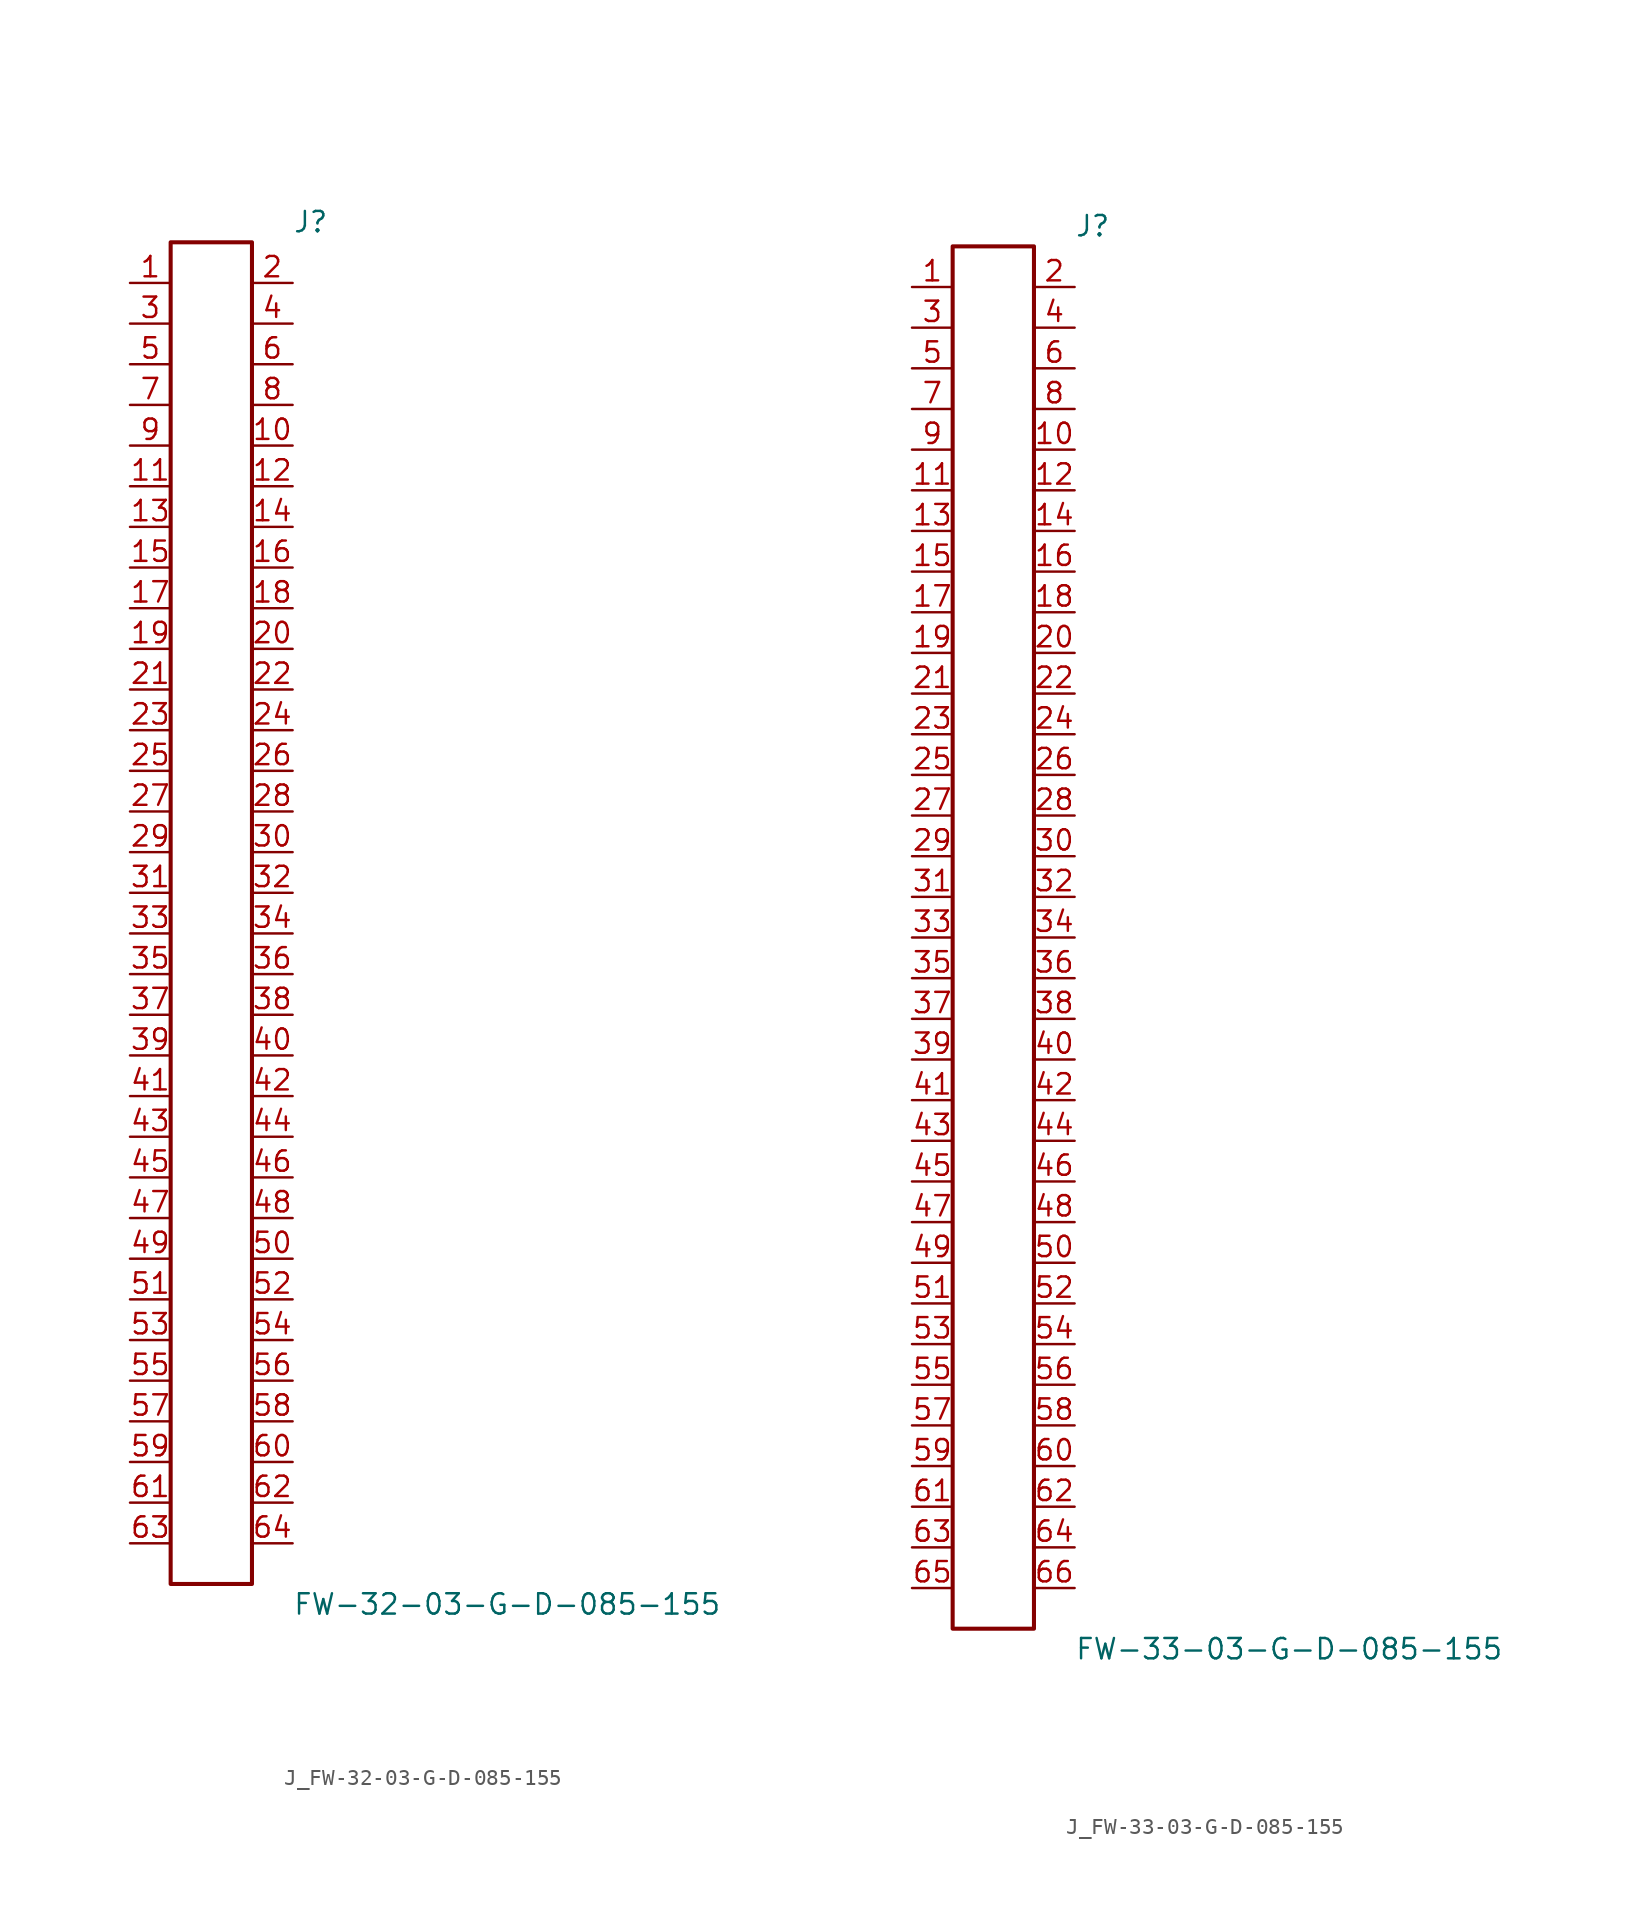
<source format=kicad_sym>
(kicad_symbol_lib
  (version 20231120)
  (generator kicad_symbol_editor)
  (generator_version 8.0)
  (symbol "J_FW-32-03-G-D-085-155"
    (pin_names
      (offset 0.254))
    (property "Reference" "J"
      (at 5.08 43.18 0)
      (effects (font (size 1.27 1.27)) (justify left)))
    (property "Value" "FW-32-03-G-D-085-155"
      (at 5.08 -43.18 0)
      (effects (font (size 1.27 1.27)) (justify left)))
    (symbol "J_FW-32-03-G-D-085-155_0_0"
      (pin unspecified line (at -5.08 39.37 0) (length 2.54) (name "" (effects (font (size 1.27 1.27)))) (number "1" (effects (font (size 1.27 1.27)))))
      (pin unspecified line (at 5.08 39.37 180) (length 2.54) (name "" (effects (font (size 1.27 1.27)))) (number "2" (effects (font (size 1.27 1.27)))))
      (pin unspecified line (at -5.08 36.83 0) (length 2.54) (name "" (effects (font (size 1.27 1.27)))) (number "3" (effects (font (size 1.27 1.27)))))
      (pin unspecified line (at 5.08 36.83 180) (length 2.54) (name "" (effects (font (size 1.27 1.27)))) (number "4" (effects (font (size 1.27 1.27)))))
      (pin unspecified line (at -5.08 34.29 0) (length 2.54) (name "" (effects (font (size 1.27 1.27)))) (number "5" (effects (font (size 1.27 1.27)))))
      (pin unspecified line (at 5.08 34.29 180) (length 2.54) (name "" (effects (font (size 1.27 1.27)))) (number "6" (effects (font (size 1.27 1.27)))))
      (pin unspecified line (at -5.08 31.75 0) (length 2.54) (name "" (effects (font (size 1.27 1.27)))) (number "7" (effects (font (size 1.27 1.27)))))
      (pin unspecified line (at 5.08 31.75 180) (length 2.54) (name "" (effects (font (size 1.27 1.27)))) (number "8" (effects (font (size 1.27 1.27)))))
      (pin unspecified line (at -5.08 29.21 0) (length 2.54) (name "" (effects (font (size 1.27 1.27)))) (number "9" (effects (font (size 1.27 1.27)))))
      (pin unspecified line (at 5.08 29.21 180) (length 2.54) (name "" (effects (font (size 1.27 1.27)))) (number "10" (effects (font (size 1.27 1.27)))))
      (pin unspecified line (at -5.08 26.67 0) (length 2.54) (name "" (effects (font (size 1.27 1.27)))) (number "11" (effects (font (size 1.27 1.27)))))
      (pin unspecified line (at 5.08 26.67 180) (length 2.54) (name "" (effects (font (size 1.27 1.27)))) (number "12" (effects (font (size 1.27 1.27)))))
      (pin unspecified line (at -5.08 24.13 0) (length 2.54) (name "" (effects (font (size 1.27 1.27)))) (number "13" (effects (font (size 1.27 1.27)))))
      (pin unspecified line (at 5.08 24.13 180) (length 2.54) (name "" (effects (font (size 1.27 1.27)))) (number "14" (effects (font (size 1.27 1.27)))))
      (pin unspecified line (at -5.08 21.59 0) (length 2.54) (name "" (effects (font (size 1.27 1.27)))) (number "15" (effects (font (size 1.27 1.27)))))
      (pin unspecified line (at 5.08 21.59 180) (length 2.54) (name "" (effects (font (size 1.27 1.27)))) (number "16" (effects (font (size 1.27 1.27)))))
      (pin unspecified line (at -5.08 19.05 0) (length 2.54) (name "" (effects (font (size 1.27 1.27)))) (number "17" (effects (font (size 1.27 1.27)))))
      (pin unspecified line (at 5.08 19.05 180) (length 2.54) (name "" (effects (font (size 1.27 1.27)))) (number "18" (effects (font (size 1.27 1.27)))))
      (pin unspecified line (at -5.08 16.51 0) (length 2.54) (name "" (effects (font (size 1.27 1.27)))) (number "19" (effects (font (size 1.27 1.27)))))
      (pin unspecified line (at 5.08 16.51 180) (length 2.54) (name "" (effects (font (size 1.27 1.27)))) (number "20" (effects (font (size 1.27 1.27)))))
      (pin unspecified line (at -5.08 13.97 0) (length 2.54) (name "" (effects (font (size 1.27 1.27)))) (number "21" (effects (font (size 1.27 1.27)))))
      (pin unspecified line (at 5.08 13.97 180) (length 2.54) (name "" (effects (font (size 1.27 1.27)))) (number "22" (effects (font (size 1.27 1.27)))))
      (pin unspecified line (at -5.08 11.43 0) (length 2.54) (name "" (effects (font (size 1.27 1.27)))) (number "23" (effects (font (size 1.27 1.27)))))
      (pin unspecified line (at 5.08 11.43 180) (length 2.54) (name "" (effects (font (size 1.27 1.27)))) (number "24" (effects (font (size 1.27 1.27)))))
      (pin unspecified line (at -5.08 8.89 0) (length 2.54) (name "" (effects (font (size 1.27 1.27)))) (number "25" (effects (font (size 1.27 1.27)))))
      (pin unspecified line (at 5.08 8.89 180) (length 2.54) (name "" (effects (font (size 1.27 1.27)))) (number "26" (effects (font (size 1.27 1.27)))))
      (pin unspecified line (at -5.08 6.35 0) (length 2.54) (name "" (effects (font (size 1.27 1.27)))) (number "27" (effects (font (size 1.27 1.27)))))
      (pin unspecified line (at 5.08 6.35 180) (length 2.54) (name "" (effects (font (size 1.27 1.27)))) (number "28" (effects (font (size 1.27 1.27)))))
      (pin unspecified line (at -5.08 3.81 0) (length 2.54) (name "" (effects (font (size 1.27 1.27)))) (number "29" (effects (font (size 1.27 1.27)))))
      (pin unspecified line (at 5.08 3.81 180) (length 2.54) (name "" (effects (font (size 1.27 1.27)))) (number "30" (effects (font (size 1.27 1.27)))))
      (pin unspecified line (at -5.08 1.27 0) (length 2.54) (name "" (effects (font (size 1.27 1.27)))) (number "31" (effects (font (size 1.27 1.27)))))
      (pin unspecified line (at 5.08 1.27 180) (length 2.54) (name "" (effects (font (size 1.27 1.27)))) (number "32" (effects (font (size 1.27 1.27)))))
      (pin unspecified line (at -5.08 -1.27 0) (length 2.54) (name "" (effects (font (size 1.27 1.27)))) (number "33" (effects (font (size 1.27 1.27)))))
      (pin unspecified line (at 5.08 -1.27 180) (length 2.54) (name "" (effects (font (size 1.27 1.27)))) (number "34" (effects (font (size 1.27 1.27)))))
      (pin unspecified line (at -5.08 -3.81 0) (length 2.54) (name "" (effects (font (size 1.27 1.27)))) (number "35" (effects (font (size 1.27 1.27)))))
      (pin unspecified line (at 5.08 -3.81 180) (length 2.54) (name "" (effects (font (size 1.27 1.27)))) (number "36" (effects (font (size 1.27 1.27)))))
      (pin unspecified line (at -5.08 -6.35 0) (length 2.54) (name "" (effects (font (size 1.27 1.27)))) (number "37" (effects (font (size 1.27 1.27)))))
      (pin unspecified line (at 5.08 -6.35 180) (length 2.54) (name "" (effects (font (size 1.27 1.27)))) (number "38" (effects (font (size 1.27 1.27)))))
      (pin unspecified line (at -5.08 -8.89 0) (length 2.54) (name "" (effects (font (size 1.27 1.27)))) (number "39" (effects (font (size 1.27 1.27)))))
      (pin unspecified line (at 5.08 -8.89 180) (length 2.54) (name "" (effects (font (size 1.27 1.27)))) (number "40" (effects (font (size 1.27 1.27)))))
      (pin unspecified line (at -5.08 -11.43 0) (length 2.54) (name "" (effects (font (size 1.27 1.27)))) (number "41" (effects (font (size 1.27 1.27)))))
      (pin unspecified line (at 5.08 -11.43 180) (length 2.54) (name "" (effects (font (size 1.27 1.27)))) (number "42" (effects (font (size 1.27 1.27)))))
      (pin unspecified line (at -5.08 -13.97 0) (length 2.54) (name "" (effects (font (size 1.27 1.27)))) (number "43" (effects (font (size 1.27 1.27)))))
      (pin unspecified line (at 5.08 -13.97 180) (length 2.54) (name "" (effects (font (size 1.27 1.27)))) (number "44" (effects (font (size 1.27 1.27)))))
      (pin unspecified line (at -5.08 -16.51 0) (length 2.54) (name "" (effects (font (size 1.27 1.27)))) (number "45" (effects (font (size 1.27 1.27)))))
      (pin unspecified line (at 5.08 -16.51 180) (length 2.54) (name "" (effects (font (size 1.27 1.27)))) (number "46" (effects (font (size 1.27 1.27)))))
      (pin unspecified line (at -5.08 -19.05 0) (length 2.54) (name "" (effects (font (size 1.27 1.27)))) (number "47" (effects (font (size 1.27 1.27)))))
      (pin unspecified line (at 5.08 -19.05 180) (length 2.54) (name "" (effects (font (size 1.27 1.27)))) (number "48" (effects (font (size 1.27 1.27)))))
      (pin unspecified line (at -5.08 -21.59 0) (length 2.54) (name "" (effects (font (size 1.27 1.27)))) (number "49" (effects (font (size 1.27 1.27)))))
      (pin unspecified line (at 5.08 -21.59 180) (length 2.54) (name "" (effects (font (size 1.27 1.27)))) (number "50" (effects (font (size 1.27 1.27)))))
      (pin unspecified line (at -5.08 -24.13 0) (length 2.54) (name "" (effects (font (size 1.27 1.27)))) (number "51" (effects (font (size 1.27 1.27)))))
      (pin unspecified line (at 5.08 -24.13 180) (length 2.54) (name "" (effects (font (size 1.27 1.27)))) (number "52" (effects (font (size 1.27 1.27)))))
      (pin unspecified line (at -5.08 -26.67 0) (length 2.54) (name "" (effects (font (size 1.27 1.27)))) (number "53" (effects (font (size 1.27 1.27)))))
      (pin unspecified line (at 5.08 -26.67 180) (length 2.54) (name "" (effects (font (size 1.27 1.27)))) (number "54" (effects (font (size 1.27 1.27)))))
      (pin unspecified line (at -5.08 -29.21 0) (length 2.54) (name "" (effects (font (size 1.27 1.27)))) (number "55" (effects (font (size 1.27 1.27)))))
      (pin unspecified line (at 5.08 -29.21 180) (length 2.54) (name "" (effects (font (size 1.27 1.27)))) (number "56" (effects (font (size 1.27 1.27)))))
      (pin unspecified line (at -5.08 -31.75 0) (length 2.54) (name "" (effects (font (size 1.27 1.27)))) (number "57" (effects (font (size 1.27 1.27)))))
      (pin unspecified line (at 5.08 -31.75 180) (length 2.54) (name "" (effects (font (size 1.27 1.27)))) (number "58" (effects (font (size 1.27 1.27)))))
      (pin unspecified line (at -5.08 -34.29 0) (length 2.54) (name "" (effects (font (size 1.27 1.27)))) (number "59" (effects (font (size 1.27 1.27)))))
      (pin unspecified line (at 5.08 -34.29 180) (length 2.54) (name "" (effects (font (size 1.27 1.27)))) (number "60" (effects (font (size 1.27 1.27)))))
      (pin unspecified line (at -5.08 -36.83 0) (length 2.54) (name "" (effects (font (size 1.27 1.27)))) (number "61" (effects (font (size 1.27 1.27)))))
      (pin unspecified line (at 5.08 -36.83 180) (length 2.54) (name "" (effects (font (size 1.27 1.27)))) (number "62" (effects (font (size 1.27 1.27)))))
      (pin unspecified line (at -5.08 -39.37 0) (length 2.54) (name "" (effects (font (size 1.27 1.27)))) (number "63" (effects (font (size 1.27 1.27)))))
      (pin unspecified line (at 5.08 -39.37 180) (length 2.54) (name "" (effects (font (size 1.27 1.27)))) (number "64" (effects (font (size 1.27 1.27))))))
    (symbol "J_FW-32-03-G-D-085-155_1_0"
      (rectangle (start -2.54 41.91) (end 2.54 -41.91) (stroke (width 0.254) (type solid)) (fill (type none)))))
  (symbol "J_FW-33-03-G-D-085-155"
    (pin_names
      (offset 0.254))
    (property "Reference" "J"
      (at 5.08 44.45 0)
      (effects (font (size 1.27 1.27)) (justify left)))
    (property "Value" "FW-33-03-G-D-085-155"
      (at 5.08 -44.45 0)
      (effects (font (size 1.27 1.27)) (justify left)))
    (symbol "J_FW-33-03-G-D-085-155_0_0"
      (pin unspecified line (at -5.08 40.64 0) (length 2.54) (name "" (effects (font (size 1.27 1.27)))) (number "1" (effects (font (size 1.27 1.27)))))
      (pin unspecified line (at 5.08 40.64 180) (length 2.54) (name "" (effects (font (size 1.27 1.27)))) (number "2" (effects (font (size 1.27 1.27)))))
      (pin unspecified line (at -5.08 38.1 0) (length 2.54) (name "" (effects (font (size 1.27 1.27)))) (number "3" (effects (font (size 1.27 1.27)))))
      (pin unspecified line (at 5.08 38.1 180) (length 2.54) (name "" (effects (font (size 1.27 1.27)))) (number "4" (effects (font (size 1.27 1.27)))))
      (pin unspecified line (at -5.08 35.56 0) (length 2.54) (name "" (effects (font (size 1.27 1.27)))) (number "5" (effects (font (size 1.27 1.27)))))
      (pin unspecified line (at 5.08 35.56 180) (length 2.54) (name "" (effects (font (size 1.27 1.27)))) (number "6" (effects (font (size 1.27 1.27)))))
      (pin unspecified line (at -5.08 33.02 0) (length 2.54) (name "" (effects (font (size 1.27 1.27)))) (number "7" (effects (font (size 1.27 1.27)))))
      (pin unspecified line (at 5.08 33.02 180) (length 2.54) (name "" (effects (font (size 1.27 1.27)))) (number "8" (effects (font (size 1.27 1.27)))))
      (pin unspecified line (at -5.08 30.48 0) (length 2.54) (name "" (effects (font (size 1.27 1.27)))) (number "9" (effects (font (size 1.27 1.27)))))
      (pin unspecified line (at 5.08 30.48 180) (length 2.54) (name "" (effects (font (size 1.27 1.27)))) (number "10" (effects (font (size 1.27 1.27)))))
      (pin unspecified line (at -5.08 27.94 0) (length 2.54) (name "" (effects (font (size 1.27 1.27)))) (number "11" (effects (font (size 1.27 1.27)))))
      (pin unspecified line (at 5.08 27.94 180) (length 2.54) (name "" (effects (font (size 1.27 1.27)))) (number "12" (effects (font (size 1.27 1.27)))))
      (pin unspecified line (at -5.08 25.4 0) (length 2.54) (name "" (effects (font (size 1.27 1.27)))) (number "13" (effects (font (size 1.27 1.27)))))
      (pin unspecified line (at 5.08 25.4 180) (length 2.54) (name "" (effects (font (size 1.27 1.27)))) (number "14" (effects (font (size 1.27 1.27)))))
      (pin unspecified line (at -5.08 22.86 0) (length 2.54) (name "" (effects (font (size 1.27 1.27)))) (number "15" (effects (font (size 1.27 1.27)))))
      (pin unspecified line (at 5.08 22.86 180) (length 2.54) (name "" (effects (font (size 1.27 1.27)))) (number "16" (effects (font (size 1.27 1.27)))))
      (pin unspecified line (at -5.08 20.32 0) (length 2.54) (name "" (effects (font (size 1.27 1.27)))) (number "17" (effects (font (size 1.27 1.27)))))
      (pin unspecified line (at 5.08 20.32 180) (length 2.54) (name "" (effects (font (size 1.27 1.27)))) (number "18" (effects (font (size 1.27 1.27)))))
      (pin unspecified line (at -5.08 17.78 0) (length 2.54) (name "" (effects (font (size 1.27 1.27)))) (number "19" (effects (font (size 1.27 1.27)))))
      (pin unspecified line (at 5.08 17.78 180) (length 2.54) (name "" (effects (font (size 1.27 1.27)))) (number "20" (effects (font (size 1.27 1.27)))))
      (pin unspecified line (at -5.08 15.24 0) (length 2.54) (name "" (effects (font (size 1.27 1.27)))) (number "21" (effects (font (size 1.27 1.27)))))
      (pin unspecified line (at 5.08 15.24 180) (length 2.54) (name "" (effects (font (size 1.27 1.27)))) (number "22" (effects (font (size 1.27 1.27)))))
      (pin unspecified line (at -5.08 12.7 0) (length 2.54) (name "" (effects (font (size 1.27 1.27)))) (number "23" (effects (font (size 1.27 1.27)))))
      (pin unspecified line (at 5.08 12.7 180) (length 2.54) (name "" (effects (font (size 1.27 1.27)))) (number "24" (effects (font (size 1.27 1.27)))))
      (pin unspecified line (at -5.08 10.16 0) (length 2.54) (name "" (effects (font (size 1.27 1.27)))) (number "25" (effects (font (size 1.27 1.27)))))
      (pin unspecified line (at 5.08 10.16 180) (length 2.54) (name "" (effects (font (size 1.27 1.27)))) (number "26" (effects (font (size 1.27 1.27)))))
      (pin unspecified line (at -5.08 7.62 0) (length 2.54) (name "" (effects (font (size 1.27 1.27)))) (number "27" (effects (font (size 1.27 1.27)))))
      (pin unspecified line (at 5.08 7.62 180) (length 2.54) (name "" (effects (font (size 1.27 1.27)))) (number "28" (effects (font (size 1.27 1.27)))))
      (pin unspecified line (at -5.08 5.08 0) (length 2.54) (name "" (effects (font (size 1.27 1.27)))) (number "29" (effects (font (size 1.27 1.27)))))
      (pin unspecified line (at 5.08 5.08 180) (length 2.54) (name "" (effects (font (size 1.27 1.27)))) (number "30" (effects (font (size 1.27 1.27)))))
      (pin unspecified line (at -5.08 2.54 0) (length 2.54) (name "" (effects (font (size 1.27 1.27)))) (number "31" (effects (font (size 1.27 1.27)))))
      (pin unspecified line (at 5.08 2.54 180) (length 2.54) (name "" (effects (font (size 1.27 1.27)))) (number "32" (effects (font (size 1.27 1.27)))))
      (pin unspecified line (at -5.08 0.0 0) (length 2.54) (name "" (effects (font (size 1.27 1.27)))) (number "33" (effects (font (size 1.27 1.27)))))
      (pin unspecified line (at 5.08 0.0 180) (length 2.54) (name "" (effects (font (size 1.27 1.27)))) (number "34" (effects (font (size 1.27 1.27)))))
      (pin unspecified line (at -5.08 -2.54 0) (length 2.54) (name "" (effects (font (size 1.27 1.27)))) (number "35" (effects (font (size 1.27 1.27)))))
      (pin unspecified line (at 5.08 -2.54 180) (length 2.54) (name "" (effects (font (size 1.27 1.27)))) (number "36" (effects (font (size 1.27 1.27)))))
      (pin unspecified line (at -5.08 -5.08 0) (length 2.54) (name "" (effects (font (size 1.27 1.27)))) (number "37" (effects (font (size 1.27 1.27)))))
      (pin unspecified line (at 5.08 -5.08 180) (length 2.54) (name "" (effects (font (size 1.27 1.27)))) (number "38" (effects (font (size 1.27 1.27)))))
      (pin unspecified line (at -5.08 -7.62 0) (length 2.54) (name "" (effects (font (size 1.27 1.27)))) (number "39" (effects (font (size 1.27 1.27)))))
      (pin unspecified line (at 5.08 -7.62 180) (length 2.54) (name "" (effects (font (size 1.27 1.27)))) (number "40" (effects (font (size 1.27 1.27)))))
      (pin unspecified line (at -5.08 -10.16 0) (length 2.54) (name "" (effects (font (size 1.27 1.27)))) (number "41" (effects (font (size 1.27 1.27)))))
      (pin unspecified line (at 5.08 -10.16 180) (length 2.54) (name "" (effects (font (size 1.27 1.27)))) (number "42" (effects (font (size 1.27 1.27)))))
      (pin unspecified line (at -5.08 -12.7 0) (length 2.54) (name "" (effects (font (size 1.27 1.27)))) (number "43" (effects (font (size 1.27 1.27)))))
      (pin unspecified line (at 5.08 -12.7 180) (length 2.54) (name "" (effects (font (size 1.27 1.27)))) (number "44" (effects (font (size 1.27 1.27)))))
      (pin unspecified line (at -5.08 -15.24 0) (length 2.54) (name "" (effects (font (size 1.27 1.27)))) (number "45" (effects (font (size 1.27 1.27)))))
      (pin unspecified line (at 5.08 -15.24 180) (length 2.54) (name "" (effects (font (size 1.27 1.27)))) (number "46" (effects (font (size 1.27 1.27)))))
      (pin unspecified line (at -5.08 -17.78 0) (length 2.54) (name "" (effects (font (size 1.27 1.27)))) (number "47" (effects (font (size 1.27 1.27)))))
      (pin unspecified line (at 5.08 -17.78 180) (length 2.54) (name "" (effects (font (size 1.27 1.27)))) (number "48" (effects (font (size 1.27 1.27)))))
      (pin unspecified line (at -5.08 -20.32 0) (length 2.54) (name "" (effects (font (size 1.27 1.27)))) (number "49" (effects (font (size 1.27 1.27)))))
      (pin unspecified line (at 5.08 -20.32 180) (length 2.54) (name "" (effects (font (size 1.27 1.27)))) (number "50" (effects (font (size 1.27 1.27)))))
      (pin unspecified line (at -5.08 -22.86 0) (length 2.54) (name "" (effects (font (size 1.27 1.27)))) (number "51" (effects (font (size 1.27 1.27)))))
      (pin unspecified line (at 5.08 -22.86 180) (length 2.54) (name "" (effects (font (size 1.27 1.27)))) (number "52" (effects (font (size 1.27 1.27)))))
      (pin unspecified line (at -5.08 -25.4 0) (length 2.54) (name "" (effects (font (size 1.27 1.27)))) (number "53" (effects (font (size 1.27 1.27)))))
      (pin unspecified line (at 5.08 -25.4 180) (length 2.54) (name "" (effects (font (size 1.27 1.27)))) (number "54" (effects (font (size 1.27 1.27)))))
      (pin unspecified line (at -5.08 -27.94 0) (length 2.54) (name "" (effects (font (size 1.27 1.27)))) (number "55" (effects (font (size 1.27 1.27)))))
      (pin unspecified line (at 5.08 -27.94 180) (length 2.54) (name "" (effects (font (size 1.27 1.27)))) (number "56" (effects (font (size 1.27 1.27)))))
      (pin unspecified line (at -5.08 -30.48 0) (length 2.54) (name "" (effects (font (size 1.27 1.27)))) (number "57" (effects (font (size 1.27 1.27)))))
      (pin unspecified line (at 5.08 -30.48 180) (length 2.54) (name "" (effects (font (size 1.27 1.27)))) (number "58" (effects (font (size 1.27 1.27)))))
      (pin unspecified line (at -5.08 -33.02 0) (length 2.54) (name "" (effects (font (size 1.27 1.27)))) (number "59" (effects (font (size 1.27 1.27)))))
      (pin unspecified line (at 5.08 -33.02 180) (length 2.54) (name "" (effects (font (size 1.27 1.27)))) (number "60" (effects (font (size 1.27 1.27)))))
      (pin unspecified line (at -5.08 -35.56 0) (length 2.54) (name "" (effects (font (size 1.27 1.27)))) (number "61" (effects (font (size 1.27 1.27)))))
      (pin unspecified line (at 5.08 -35.56 180) (length 2.54) (name "" (effects (font (size 1.27 1.27)))) (number "62" (effects (font (size 1.27 1.27)))))
      (pin unspecified line (at -5.08 -38.1 0) (length 2.54) (name "" (effects (font (size 1.27 1.27)))) (number "63" (effects (font (size 1.27 1.27)))))
      (pin unspecified line (at 5.08 -38.1 180) (length 2.54) (name "" (effects (font (size 1.27 1.27)))) (number "64" (effects (font (size 1.27 1.27)))))
      (pin unspecified line (at -5.08 -40.64 0) (length 2.54) (name "" (effects (font (size 1.27 1.27)))) (number "65" (effects (font (size 1.27 1.27)))))
      (pin unspecified line (at 5.08 -40.64 180) (length 2.54) (name "" (effects (font (size 1.27 1.27)))) (number "66" (effects (font (size 1.27 1.27))))))
    (symbol "J_FW-33-03-G-D-085-155_1_0"
      (rectangle (start -2.54 43.18) (end 2.54 -43.18) (stroke (width 0.254) (type solid)) (fill (type none))))))
</source>
